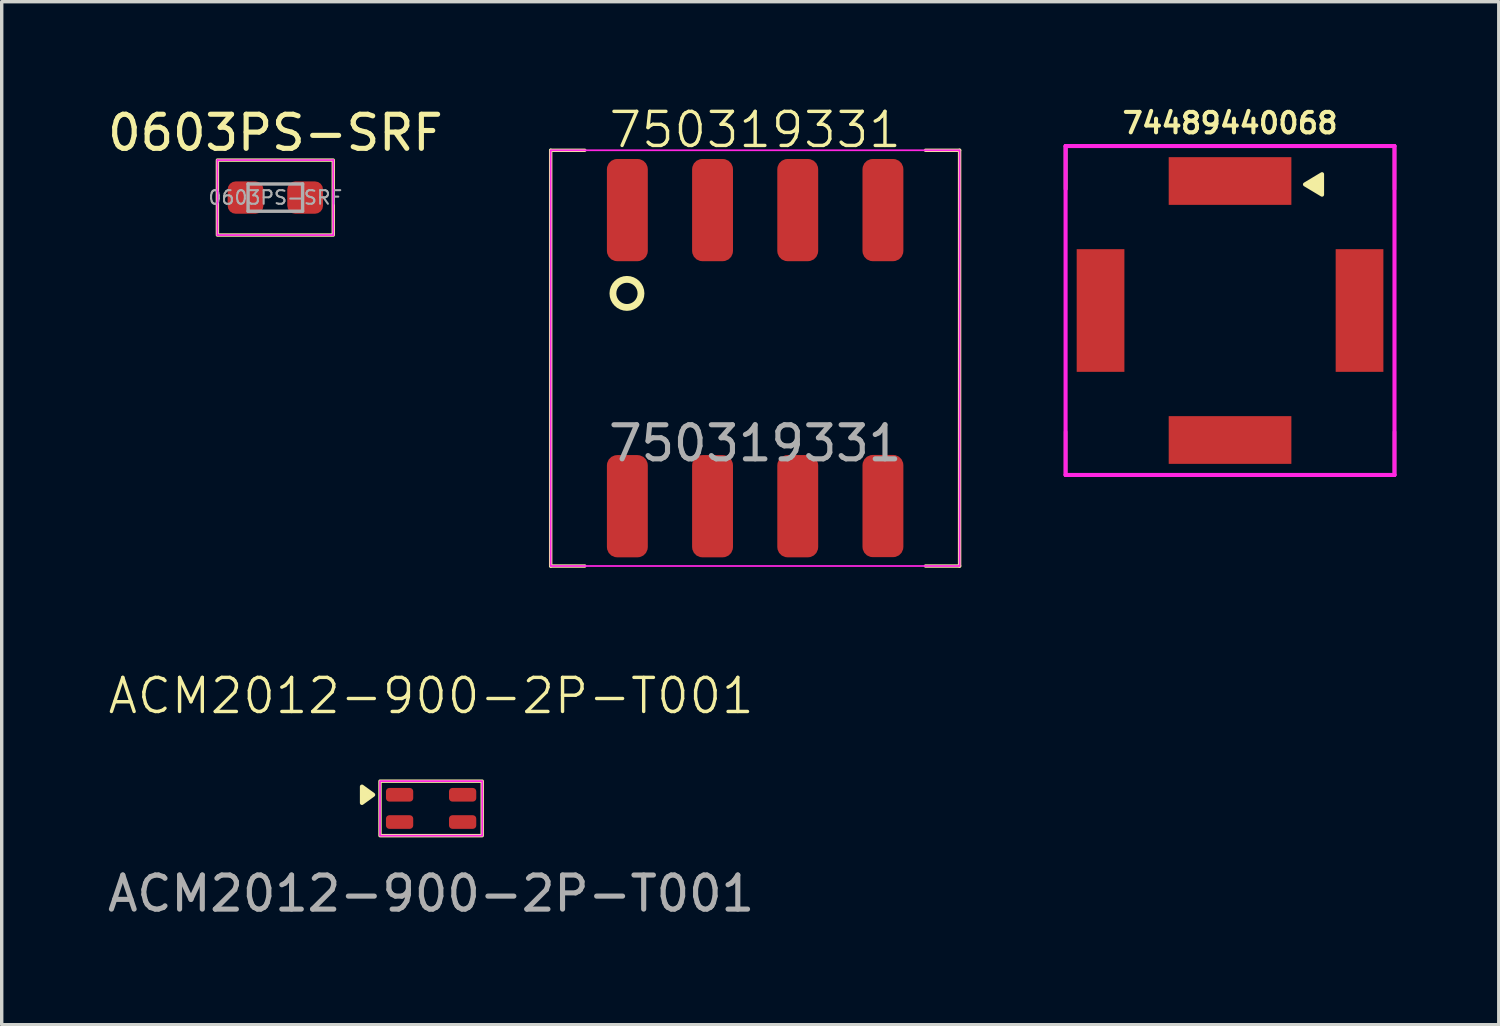
<source format=kicad_pcb>
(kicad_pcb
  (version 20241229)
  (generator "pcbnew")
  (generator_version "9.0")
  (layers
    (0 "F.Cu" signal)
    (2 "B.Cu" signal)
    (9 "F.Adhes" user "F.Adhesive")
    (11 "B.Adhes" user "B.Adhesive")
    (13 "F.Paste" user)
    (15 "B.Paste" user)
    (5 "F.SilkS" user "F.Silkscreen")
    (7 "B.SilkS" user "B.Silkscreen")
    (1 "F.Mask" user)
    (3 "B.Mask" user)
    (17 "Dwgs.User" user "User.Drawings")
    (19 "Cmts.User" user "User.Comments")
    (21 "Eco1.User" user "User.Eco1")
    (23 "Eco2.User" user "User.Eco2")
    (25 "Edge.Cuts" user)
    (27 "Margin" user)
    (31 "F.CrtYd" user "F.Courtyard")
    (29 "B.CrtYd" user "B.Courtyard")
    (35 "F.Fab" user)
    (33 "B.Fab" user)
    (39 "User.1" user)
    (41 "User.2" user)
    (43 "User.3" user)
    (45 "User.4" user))
  (footprint "0603PS-SRF"
    (layer "F.Cu")
    (at 5.03 2.748)
    (property "Reference" "0603PS-SRF" (at 0 -1.9 0) (layer "F.SilkS") (effects (font (size 1 1) (thickness 0.15))))
    (attr smd)
    (fp_rect (start -1.7 -1.1) (end 1.7 1.1) (stroke (width 0.1) (type default)) (fill no) (layer "F.SilkS"))
    (fp_line (start -1.7 -1.1) (end 1.7 -1.1) (stroke (width 0.05) (type solid)) (layer "F.CrtYd"))
    (fp_line (start -1.7 1.1) (end -1.7 -1.1) (stroke (width 0.05) (type solid)) (layer "F.CrtYd"))
    (fp_line (start 1.7 -1.1) (end 1.7 1.1) (stroke (width 0.05) (type solid)) (layer "F.CrtYd"))
    (fp_line (start 1.7 1.1) (end -1.7 1.1) (stroke (width 0.05) (type solid)) (layer "F.CrtYd"))
    (fp_line (start -0.8 -0.4) (end 0.8 -0.4) (stroke (width 0.1) (type solid)) (layer "F.Fab"))
    (fp_line (start -0.8 0.4) (end -0.8 -0.4) (stroke (width 0.1) (type solid)) (layer "F.Fab"))
    (fp_line (start 0.8 -0.4) (end 0.8 0.4) (stroke (width 0.1) (type solid)) (layer "F.Fab"))
    (fp_line (start 0.8 0.4) (end -0.8 0.4) (stroke (width 0.1) (type solid)) (layer "F.Fab"))
    (fp_text user "${REFERENCE}" (at 0 0 0) (layer "F.Fab") (effects (font (size 0.4 0.4) (thickness 0.06))))
    (pad "1" smd roundrect (at -0.875 0) (size 1.05 0.95) (layers "F.Cu" "F.Mask" "F.Paste") (roundrect_rratio 0.25))
    (pad "2" smd roundrect (at 0.875 0) (size 1.05 0.95) (layers "F.Cu" "F.Mask" "F.Paste") (roundrect_rratio 0.25)))
  (footprint "74489440068"
    (layer "F.Cu")
    (at 33.046 6.062)
    (property "Reference" "74489440068" (at 0 -5.5 0) (layer "F.SilkS") (effects (font (size 0.6 0.6) (thickness 0.12))))
    (attr through_hole)
    (fp_line (start -4.826 -4.826) (end -4.826 -3.556) (stroke (width 0.1) (type default)) (layer "F.SilkS"))
    (fp_line (start -4.826 -4.826) (end -3.556 -4.826) (stroke (width 0.1) (type default)) (layer "F.SilkS"))
    (fp_line (start -4.826 -3.556) (end -4.826 -4.826) (stroke (width 0.1) (type default)) (layer "F.SilkS"))
    (fp_line (start -4.826 4.826) (end -4.826 3.556) (stroke (width 0.1) (type default)) (layer "F.SilkS"))
    (fp_line (start -4.826 4.826) (end -3.556 4.826) (stroke (width 0.1) (type default)) (layer "F.SilkS"))
    (fp_line (start 4.826 -4.826) (end 3.556 -4.826) (stroke (width 0.1) (type default)) (layer "F.SilkS"))
    (fp_line (start 4.826 -4.826) (end 4.826 -3.556) (stroke (width 0.1) (type default)) (layer "F.SilkS"))
    (fp_line (start 4.826 4.826) (end 3.556 4.826) (stroke (width 0.1) (type default)) (layer "F.SilkS"))
    (fp_line (start 4.826 4.826) (end 4.826 3.556) (stroke (width 0.1) (type default)) (layer "F.SilkS"))
    (fp_poly (pts (xy 2.2 -3.7) (xy 2.7 -4) (xy 2.7 -3.4) (xy 2.2 -3.7)) (stroke (width 0.12) (type solid)) (fill yes) (layer "F.SilkS"))
    (fp_line (start -4.826 -4.826) (end 4.826 -4.826) (stroke (width 0.12) (type solid)) (layer "F.CrtYd"))
    (fp_line (start -4.826 4.826) (end -4.826 -4.826) (stroke (width 0.12) (type solid)) (layer "F.CrtYd"))
    (fp_line (start 4.826 -4.826) (end 4.826 4.826) (stroke (width 0.12) (type solid)) (layer "F.CrtYd"))
    (fp_line (start 4.826 4.826) (end -4.826 4.826) (stroke (width 0.12) (type solid)) (layer "F.CrtYd"))
    (pad "1" smd rect (at 0 -3.8) (size 3.6 1.4) (layers "F.Cu" "F.Mask" "F.Paste"))
    (pad "2" smd rect (at -3.8 0 90) (size 3.6 1.4) (layers "F.Cu" "F.Mask" "F.Paste"))
    (pad "3" smd rect (at 0 3.8) (size 3.6 1.4) (layers "F.Cu" "F.Mask" "F.Paste"))
    (pad "4" smd rect (at 3.8 0 90) (size 3.6 1.4) (layers "F.Cu" "F.Mask" "F.Paste")))
  (footprint "ACM2012-900-2P-T001"
    (layer "F.Cu")
    (at 9.601 20.673)
    (property "Reference" "ACM2012-900-2P-T001" (at 0 -3.302 0) (unlocked yes) (layer "F.SilkS") (effects (font (size 1 1) (thickness 0.1))))
    (attr smd)
    (fp_rect (start -1.5 -0.8) (end 1.5 0.8) (stroke (width 0.1) (type default)) (fill no) (layer "F.SilkS"))
    (fp_poly (pts (xy -1.7 -0.4) (xy -2.03 -0.16) (xy -2.03 -0.64) (xy -1.7 -0.4)) (stroke (width 0.12) (type solid)) (fill yes) (layer "F.SilkS"))
    (fp_rect (start -1.5 -0.8) (end 1.5 0.8) (stroke (width 0.05) (type default)) (fill no) (layer "F.CrtYd"))
    (fp_text user "${REFERENCE}" (at 0 2.5 0) (unlocked yes) (layer "F.Fab") (effects (font (size 1 1) (thickness 0.15))))
    (pad "1" smd roundrect (at -0.925 -0.4) (size 0.8 0.4) (layers "F.Cu" "F.Mask" "F.Paste") (roundrect_rratio 0.25))
    (pad "2" smd roundrect (at -0.925 0.4) (size 0.8 0.4) (layers "F.Cu" "F.Mask" "F.Paste") (roundrect_rratio 0.25))
    (pad "3" smd roundrect (at 0.925 0.4) (size 0.8 0.4) (layers "F.Cu" "F.Mask" "F.Paste") (roundrect_rratio 0.25))
    (pad "4" smd roundrect (at 0.925 -0.4) (size 0.8 0.4) (layers "F.Cu" "F.Mask" "F.Paste") (roundrect_rratio 0.25)))
  (footprint "750319331"
    (layer "F.Cu")
    (at 19.11 7.46)
    (property "Reference" "750319331" (at 0 -6.7 0) (unlocked yes) (layer "F.SilkS") (effects (font (size 1 1) (thickness 0.1))))
    (attr smd)
    (fp_line (start -6 -6.1) (end -5 -6.1) (stroke (width 0.1) (type default)) (layer "F.SilkS"))
    (fp_line (start -6 6.1) (end -6 -6.1) (stroke (width 0.1) (type default)) (layer "F.SilkS"))
    (fp_line (start -6 6.1) (end -5 6.1) (stroke (width 0.1) (type default)) (layer "F.SilkS"))
    (fp_line (start 6 -6.1) (end 5 -6.1) (stroke (width 0.1) (type default)) (layer "F.SilkS"))
    (fp_line (start 6 -6.1) (end 6 6.1) (stroke (width 0.1) (type default)) (layer "F.SilkS"))
    (fp_line (start 6 6.1) (end 5 6.1) (stroke (width 0.1) (type default)) (layer "F.SilkS"))
    (fp_circle (center -3.762 -1.9) (end -3.35 -1.9) (stroke (width 0.2) (type default)) (fill no) (layer "F.SilkS"))
    (fp_rect (start -6 -6.1) (end 6 6.1) (stroke (width 0.05) (type default)) (fill no) (layer "F.CrtYd"))
    (fp_text user "${REFERENCE}" (at 0 2.5 0) (unlocked yes) (layer "F.Fab") (effects (font (size 1 1) (thickness 0.15))))
    (pad "1" smd roundrect (at -3.75 -4.345) (size 1.2 3) (layers "F.Cu" "F.Mask" "F.Paste") (roundrect_rratio 0.25))
    (pad "2" smd roundrect (at -1.25 -4.345) (size 1.2 3) (layers "F.Cu" "F.Mask" "F.Paste") (roundrect_rratio 0.25))
    (pad "3" smd roundrect (at 1.25 -4.345) (size 1.2 3) (layers "F.Cu" "F.Mask" "F.Paste") (roundrect_rratio 0.25))
    (pad "4" smd roundrect (at 3.75 -4.345) (size 1.2 3) (layers "F.Cu" "F.Mask" "F.Paste") (roundrect_rratio 0.25))
    (pad "5" smd roundrect (at 3.75 4.34) (size 1.2 3) (layers "F.Cu" "F.Mask" "F.Paste") (roundrect_rratio 0.25))
    (pad "6" smd roundrect (at 1.25 4.345) (size 1.2 3) (layers "F.Cu" "F.Mask" "F.Paste") (roundrect_rratio 0.25))
    (pad "7" smd roundrect (at -1.25 4.345) (size 1.2 3) (layers "F.Cu" "F.Mask" "F.Paste") (roundrect_rratio 0.25))
    (pad "8" smd roundrect (at -3.75 4.345) (size 1.2 3) (layers "F.Cu" "F.Mask" "F.Paste") (roundrect_rratio 0.25)))
  (gr_rect
    (start -3 -3)
    (end 40.932 27.021)
    (stroke (width 0.1) (type default))
    (fill no)
    (layer "Edge.Cuts")))
</source>
